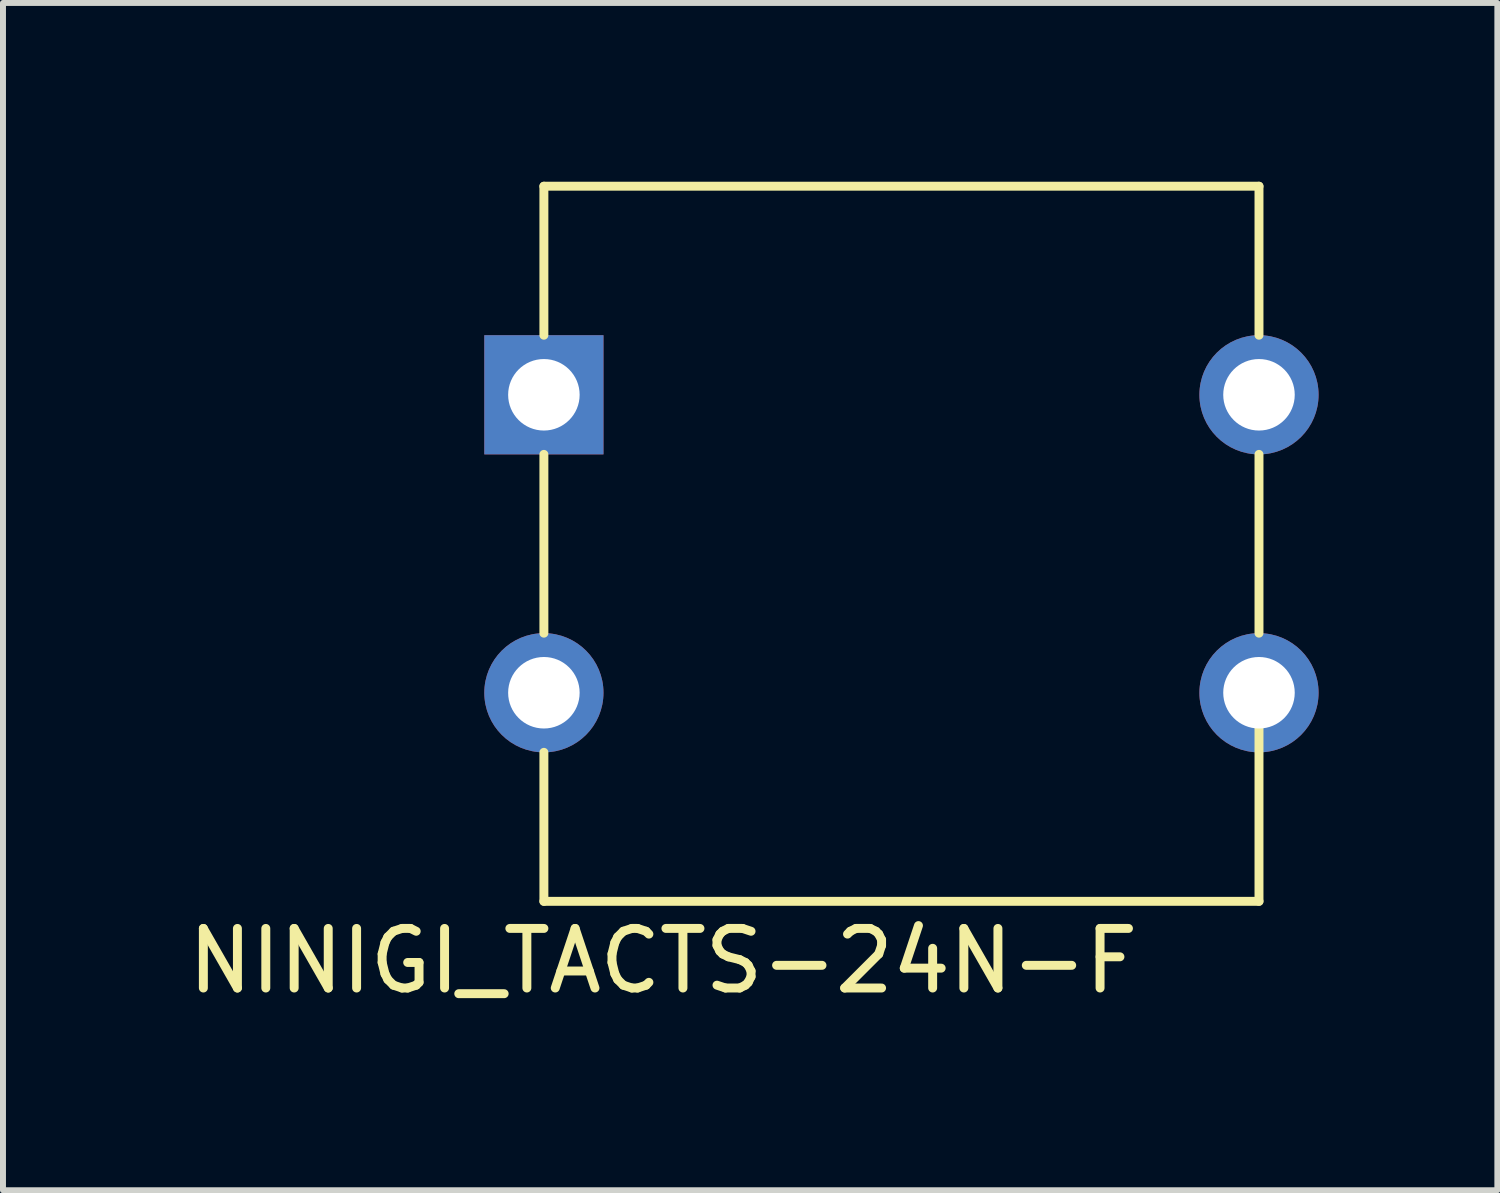
<source format=kicad_pcb>
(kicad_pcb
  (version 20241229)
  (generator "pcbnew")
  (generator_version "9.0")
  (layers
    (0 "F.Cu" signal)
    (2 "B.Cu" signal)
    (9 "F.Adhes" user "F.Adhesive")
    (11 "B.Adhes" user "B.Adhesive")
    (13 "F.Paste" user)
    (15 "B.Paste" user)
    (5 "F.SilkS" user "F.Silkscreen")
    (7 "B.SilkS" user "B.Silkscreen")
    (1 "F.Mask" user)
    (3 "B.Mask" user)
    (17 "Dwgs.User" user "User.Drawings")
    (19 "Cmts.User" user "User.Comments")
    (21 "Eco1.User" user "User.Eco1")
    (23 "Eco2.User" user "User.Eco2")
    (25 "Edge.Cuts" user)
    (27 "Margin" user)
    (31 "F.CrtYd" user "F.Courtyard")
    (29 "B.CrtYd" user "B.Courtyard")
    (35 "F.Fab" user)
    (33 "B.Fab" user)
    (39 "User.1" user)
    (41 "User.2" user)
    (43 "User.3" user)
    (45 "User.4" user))
  (footprint "NINIGI_TACTS-24N-F"
    (layer "F.Cu")
    (at 6.077 3.575)
    (property "Reference" "NINIGI_TACTS-24N-F" (at 2 9.5 0) (layer "F.SilkS") (effects (font (size 1 1) (thickness 0.15))))
    (attr through_hole)
    (fp_line (start 0 -1) (end 0 -3.5) (stroke (width 0.15) (type solid)) (layer "F.SilkS"))
    (fp_line (start 0 1) (end 0 4) (stroke (width 0.15) (type solid)) (layer "F.SilkS"))
    (fp_line (start 0 8.5) (end 0 6) (stroke (width 0.15) (type solid)) (layer "F.SilkS"))
    (fp_line (start 0 8.5) (end 12 8.5) (stroke (width 0.15) (type solid)) (layer "F.SilkS"))
    (fp_line (start 12 -3.5) (end 0 -3.5) (stroke (width 0.15) (type solid)) (layer "F.SilkS"))
    (fp_line (start 12 -3.5) (end 12 -1) (stroke (width 0.15) (type solid)) (layer "F.SilkS"))
    (fp_line (start 12 1) (end 12 4) (stroke (width 0.15) (type solid)) (layer "F.SilkS"))
    (fp_line (start 12 5.5) (end 12 8.5) (stroke (width 0.15) (type solid)) (layer "F.SilkS"))
    (pad "1" thru_hole rect (at 0 0) (size 2 2) (drill 1.2) (layers "*.Cu" "*.Mask"))
    (pad "2" thru_hole circle (at 12 0) (size 2 2) (drill 1.2) (layers "*.Cu" "*.Mask"))
    (pad "3" thru_hole circle (at 0 5) (size 2 2) (drill 1.2) (layers "*.Cu" "*.Mask"))
    (pad "4" thru_hole circle (at 12 5) (size 2 2) (drill 1.2) (layers "*.Cu" "*.Mask")))
  (gr_rect
    (start -3 -3)
    (end 22.077 16.923)
    (stroke (width 0.1) (type default))
    (fill no)
    (layer "Edge.Cuts")))
</source>
